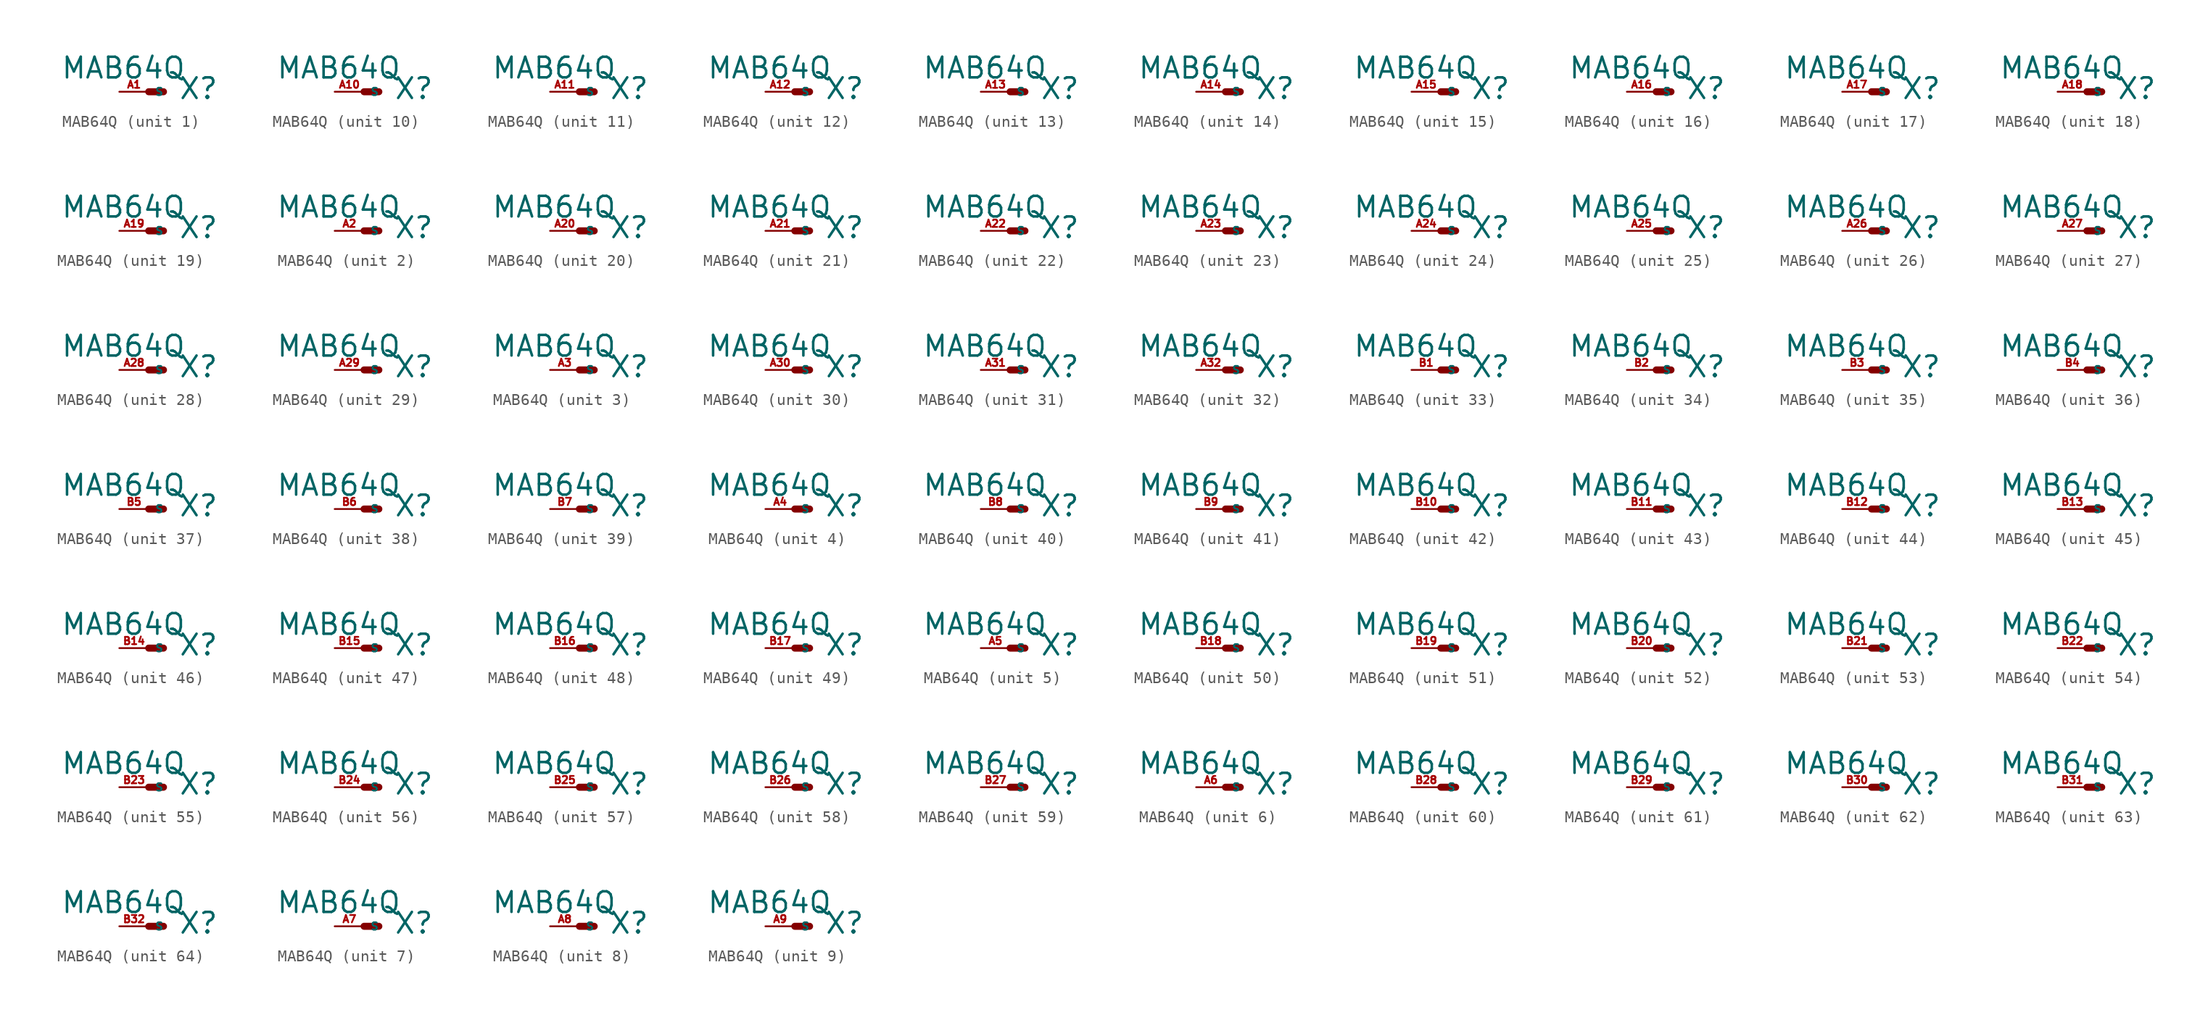
<source format=kicad_sym>
(kicad_symbol_lib
  (version 20220914)
  (generator Eagle2Kicad)
  (symbol "MAB64Q"
    (property "Reference" "X"
      (at 2.54 -0.762 0)
      (effects (font (size 1.778 1.778) (thickness 0.22)) (justify left bottom)))
    (property "Value" "MAB64Q"
      (at -7.62 1.016 0)
      (effects (font (size 1.778 1.778) (thickness 0.22)) (justify left bottom)))
    (symbol "MAB64Q_1_0"
      (polyline (pts (xy 0 0) (xy 1.27 0)) (stroke (width 0.61) (type default)) (fill (type none)))
      (pin passive line (at -2.54 0 0) (length 2.54) (name "S" (effects (font (size 0.635 0.635) (thickness 0.08)) (justify left bottom))) (number "A1" (effects (font (size 0.635 0.635) (thickness 0.08)) (justify left bottom)))))
    (symbol "MAB64Q_2_0"
      (polyline (pts (xy 0 0) (xy 1.27 0)) (stroke (width 0.61) (type default)) (fill (type none)))
      (pin passive line (at -2.54 0 0) (length 2.54) (name "S" (effects (font (size 0.635 0.635) (thickness 0.08)) (justify left bottom))) (number "A2" (effects (font (size 0.635 0.635) (thickness 0.08)) (justify left bottom)))))
    (symbol "MAB64Q_3_0"
      (polyline (pts (xy 0 0) (xy 1.27 0)) (stroke (width 0.61) (type default)) (fill (type none)))
      (pin passive line (at -2.54 0 0) (length 2.54) (name "S" (effects (font (size 0.635 0.635) (thickness 0.08)) (justify left bottom))) (number "A3" (effects (font (size 0.635 0.635) (thickness 0.08)) (justify left bottom)))))
    (symbol "MAB64Q_4_0"
      (polyline (pts (xy 0 0) (xy 1.27 0)) (stroke (width 0.61) (type default)) (fill (type none)))
      (pin passive line (at -2.54 0 0) (length 2.54) (name "S" (effects (font (size 0.635 0.635) (thickness 0.08)) (justify left bottom))) (number "A4" (effects (font (size 0.635 0.635) (thickness 0.08)) (justify left bottom)))))
    (symbol "MAB64Q_5_0"
      (polyline (pts (xy 0 0) (xy 1.27 0)) (stroke (width 0.61) (type default)) (fill (type none)))
      (pin passive line (at -2.54 0 0) (length 2.54) (name "S" (effects (font (size 0.635 0.635) (thickness 0.08)) (justify left bottom))) (number "A5" (effects (font (size 0.635 0.635) (thickness 0.08)) (justify left bottom)))))
    (symbol "MAB64Q_6_0"
      (polyline (pts (xy 0 0) (xy 1.27 0)) (stroke (width 0.61) (type default)) (fill (type none)))
      (pin passive line (at -2.54 0 0) (length 2.54) (name "S" (effects (font (size 0.635 0.635) (thickness 0.08)) (justify left bottom))) (number "A6" (effects (font (size 0.635 0.635) (thickness 0.08)) (justify left bottom)))))
    (symbol "MAB64Q_7_0"
      (polyline (pts (xy 0 0) (xy 1.27 0)) (stroke (width 0.61) (type default)) (fill (type none)))
      (pin passive line (at -2.54 0 0) (length 2.54) (name "S" (effects (font (size 0.635 0.635) (thickness 0.08)) (justify left bottom))) (number "A7" (effects (font (size 0.635 0.635) (thickness 0.08)) (justify left bottom)))))
    (symbol "MAB64Q_8_0"
      (polyline (pts (xy 0 0) (xy 1.27 0)) (stroke (width 0.61) (type default)) (fill (type none)))
      (pin passive line (at -2.54 0 0) (length 2.54) (name "S" (effects (font (size 0.635 0.635) (thickness 0.08)) (justify left bottom))) (number "A8" (effects (font (size 0.635 0.635) (thickness 0.08)) (justify left bottom)))))
    (symbol "MAB64Q_9_0"
      (polyline (pts (xy 0 0) (xy 1.27 0)) (stroke (width 0.61) (type default)) (fill (type none)))
      (pin passive line (at -2.54 0 0) (length 2.54) (name "S" (effects (font (size 0.635 0.635) (thickness 0.08)) (justify left bottom))) (number "A9" (effects (font (size 0.635 0.635) (thickness 0.08)) (justify left bottom)))))
    (symbol "MAB64Q_10_0"
      (polyline (pts (xy 0 0) (xy 1.27 0)) (stroke (width 0.61) (type default)) (fill (type none)))
      (pin passive line (at -2.54 0 0) (length 2.54) (name "S" (effects (font (size 0.635 0.635) (thickness 0.08)) (justify left bottom))) (number "A10" (effects (font (size 0.635 0.635) (thickness 0.08)) (justify left bottom)))))
    (symbol "MAB64Q_11_0"
      (polyline (pts (xy 0 0) (xy 1.27 0)) (stroke (width 0.61) (type default)) (fill (type none)))
      (pin passive line (at -2.54 0 0) (length 2.54) (name "S" (effects (font (size 0.635 0.635) (thickness 0.08)) (justify left bottom))) (number "A11" (effects (font (size 0.635 0.635) (thickness 0.08)) (justify left bottom)))))
    (symbol "MAB64Q_12_0"
      (polyline (pts (xy 0 0) (xy 1.27 0)) (stroke (width 0.61) (type default)) (fill (type none)))
      (pin passive line (at -2.54 0 0) (length 2.54) (name "S" (effects (font (size 0.635 0.635) (thickness 0.08)) (justify left bottom))) (number "A12" (effects (font (size 0.635 0.635) (thickness 0.08)) (justify left bottom)))))
    (symbol "MAB64Q_13_0"
      (polyline (pts (xy 0 0) (xy 1.27 0)) (stroke (width 0.61) (type default)) (fill (type none)))
      (pin passive line (at -2.54 0 0) (length 2.54) (name "S" (effects (font (size 0.635 0.635) (thickness 0.08)) (justify left bottom))) (number "A13" (effects (font (size 0.635 0.635) (thickness 0.08)) (justify left bottom)))))
    (symbol "MAB64Q_14_0"
      (polyline (pts (xy 0 0) (xy 1.27 0)) (stroke (width 0.61) (type default)) (fill (type none)))
      (pin passive line (at -2.54 0 0) (length 2.54) (name "S" (effects (font (size 0.635 0.635) (thickness 0.08)) (justify left bottom))) (number "A14" (effects (font (size 0.635 0.635) (thickness 0.08)) (justify left bottom)))))
    (symbol "MAB64Q_15_0"
      (polyline (pts (xy 0 0) (xy 1.27 0)) (stroke (width 0.61) (type default)) (fill (type none)))
      (pin passive line (at -2.54 0 0) (length 2.54) (name "S" (effects (font (size 0.635 0.635) (thickness 0.08)) (justify left bottom))) (number "A15" (effects (font (size 0.635 0.635) (thickness 0.08)) (justify left bottom)))))
    (symbol "MAB64Q_16_0"
      (polyline (pts (xy 0 0) (xy 1.27 0)) (stroke (width 0.61) (type default)) (fill (type none)))
      (pin passive line (at -2.54 0 0) (length 2.54) (name "S" (effects (font (size 0.635 0.635) (thickness 0.08)) (justify left bottom))) (number "A16" (effects (font (size 0.635 0.635) (thickness 0.08)) (justify left bottom)))))
    (symbol "MAB64Q_17_0"
      (polyline (pts (xy 0 0) (xy 1.27 0)) (stroke (width 0.61) (type default)) (fill (type none)))
      (pin passive line (at -2.54 0 0) (length 2.54) (name "S" (effects (font (size 0.635 0.635) (thickness 0.08)) (justify left bottom))) (number "A17" (effects (font (size 0.635 0.635) (thickness 0.08)) (justify left bottom)))))
    (symbol "MAB64Q_18_0"
      (polyline (pts (xy 0 0) (xy 1.27 0)) (stroke (width 0.61) (type default)) (fill (type none)))
      (pin passive line (at -2.54 0 0) (length 2.54) (name "S" (effects (font (size 0.635 0.635) (thickness 0.08)) (justify left bottom))) (number "A18" (effects (font (size 0.635 0.635) (thickness 0.08)) (justify left bottom)))))
    (symbol "MAB64Q_19_0"
      (polyline (pts (xy 0 0) (xy 1.27 0)) (stroke (width 0.61) (type default)) (fill (type none)))
      (pin passive line (at -2.54 0 0) (length 2.54) (name "S" (effects (font (size 0.635 0.635) (thickness 0.08)) (justify left bottom))) (number "A19" (effects (font (size 0.635 0.635) (thickness 0.08)) (justify left bottom)))))
    (symbol "MAB64Q_20_0"
      (polyline (pts (xy 0 0) (xy 1.27 0)) (stroke (width 0.61) (type default)) (fill (type none)))
      (pin passive line (at -2.54 0 0) (length 2.54) (name "S" (effects (font (size 0.635 0.635) (thickness 0.08)) (justify left bottom))) (number "A20" (effects (font (size 0.635 0.635) (thickness 0.08)) (justify left bottom)))))
    (symbol "MAB64Q_21_0"
      (polyline (pts (xy 0 0) (xy 1.27 0)) (stroke (width 0.61) (type default)) (fill (type none)))
      (pin passive line (at -2.54 0 0) (length 2.54) (name "S" (effects (font (size 0.635 0.635) (thickness 0.08)) (justify left bottom))) (number "A21" (effects (font (size 0.635 0.635) (thickness 0.08)) (justify left bottom)))))
    (symbol "MAB64Q_22_0"
      (polyline (pts (xy 0 0) (xy 1.27 0)) (stroke (width 0.61) (type default)) (fill (type none)))
      (pin passive line (at -2.54 0 0) (length 2.54) (name "S" (effects (font (size 0.635 0.635) (thickness 0.08)) (justify left bottom))) (number "A22" (effects (font (size 0.635 0.635) (thickness 0.08)) (justify left bottom)))))
    (symbol "MAB64Q_23_0"
      (polyline (pts (xy 0 0) (xy 1.27 0)) (stroke (width 0.61) (type default)) (fill (type none)))
      (pin passive line (at -2.54 0 0) (length 2.54) (name "S" (effects (font (size 0.635 0.635) (thickness 0.08)) (justify left bottom))) (number "A23" (effects (font (size 0.635 0.635) (thickness 0.08)) (justify left bottom)))))
    (symbol "MAB64Q_24_0"
      (polyline (pts (xy 0 0) (xy 1.27 0)) (stroke (width 0.61) (type default)) (fill (type none)))
      (pin passive line (at -2.54 0 0) (length 2.54) (name "S" (effects (font (size 0.635 0.635) (thickness 0.08)) (justify left bottom))) (number "A24" (effects (font (size 0.635 0.635) (thickness 0.08)) (justify left bottom)))))
    (symbol "MAB64Q_25_0"
      (polyline (pts (xy 0 0) (xy 1.27 0)) (stroke (width 0.61) (type default)) (fill (type none)))
      (pin passive line (at -2.54 0 0) (length 2.54) (name "S" (effects (font (size 0.635 0.635) (thickness 0.08)) (justify left bottom))) (number "A25" (effects (font (size 0.635 0.635) (thickness 0.08)) (justify left bottom)))))
    (symbol "MAB64Q_26_0"
      (polyline (pts (xy 0 0) (xy 1.27 0)) (stroke (width 0.61) (type default)) (fill (type none)))
      (pin passive line (at -2.54 0 0) (length 2.54) (name "S" (effects (font (size 0.635 0.635) (thickness 0.08)) (justify left bottom))) (number "A26" (effects (font (size 0.635 0.635) (thickness 0.08)) (justify left bottom)))))
    (symbol "MAB64Q_27_0"
      (polyline (pts (xy 0 0) (xy 1.27 0)) (stroke (width 0.61) (type default)) (fill (type none)))
      (pin passive line (at -2.54 0 0) (length 2.54) (name "S" (effects (font (size 0.635 0.635) (thickness 0.08)) (justify left bottom))) (number "A27" (effects (font (size 0.635 0.635) (thickness 0.08)) (justify left bottom)))))
    (symbol "MAB64Q_28_0"
      (polyline (pts (xy 0 0) (xy 1.27 0)) (stroke (width 0.61) (type default)) (fill (type none)))
      (pin passive line (at -2.54 0 0) (length 2.54) (name "S" (effects (font (size 0.635 0.635) (thickness 0.08)) (justify left bottom))) (number "A28" (effects (font (size 0.635 0.635) (thickness 0.08)) (justify left bottom)))))
    (symbol "MAB64Q_29_0"
      (polyline (pts (xy 0 0) (xy 1.27 0)) (stroke (width 0.61) (type default)) (fill (type none)))
      (pin passive line (at -2.54 0 0) (length 2.54) (name "S" (effects (font (size 0.635 0.635) (thickness 0.08)) (justify left bottom))) (number "A29" (effects (font (size 0.635 0.635) (thickness 0.08)) (justify left bottom)))))
    (symbol "MAB64Q_30_0"
      (polyline (pts (xy 0 0) (xy 1.27 0)) (stroke (width 0.61) (type default)) (fill (type none)))
      (pin passive line (at -2.54 0 0) (length 2.54) (name "S" (effects (font (size 0.635 0.635) (thickness 0.08)) (justify left bottom))) (number "A30" (effects (font (size 0.635 0.635) (thickness 0.08)) (justify left bottom)))))
    (symbol "MAB64Q_31_0"
      (polyline (pts (xy 0 0) (xy 1.27 0)) (stroke (width 0.61) (type default)) (fill (type none)))
      (pin passive line (at -2.54 0 0) (length 2.54) (name "S" (effects (font (size 0.635 0.635) (thickness 0.08)) (justify left bottom))) (number "A31" (effects (font (size 0.635 0.635) (thickness 0.08)) (justify left bottom)))))
    (symbol "MAB64Q_32_0"
      (polyline (pts (xy 0 0) (xy 1.27 0)) (stroke (width 0.61) (type default)) (fill (type none)))
      (pin passive line (at -2.54 0 0) (length 2.54) (name "S" (effects (font (size 0.635 0.635) (thickness 0.08)) (justify left bottom))) (number "A32" (effects (font (size 0.635 0.635) (thickness 0.08)) (justify left bottom)))))
    (symbol "MAB64Q_33_0"
      (polyline (pts (xy 0 0) (xy 1.27 0)) (stroke (width 0.61) (type default)) (fill (type none)))
      (pin passive line (at -2.54 0 0) (length 2.54) (name "S" (effects (font (size 0.635 0.635) (thickness 0.08)) (justify left bottom))) (number "B1" (effects (font (size 0.635 0.635) (thickness 0.08)) (justify left bottom)))))
    (symbol "MAB64Q_34_0"
      (polyline (pts (xy 0 0) (xy 1.27 0)) (stroke (width 0.61) (type default)) (fill (type none)))
      (pin passive line (at -2.54 0 0) (length 2.54) (name "S" (effects (font (size 0.635 0.635) (thickness 0.08)) (justify left bottom))) (number "B2" (effects (font (size 0.635 0.635) (thickness 0.08)) (justify left bottom)))))
    (symbol "MAB64Q_35_0"
      (polyline (pts (xy 0 0) (xy 1.27 0)) (stroke (width 0.61) (type default)) (fill (type none)))
      (pin passive line (at -2.54 0 0) (length 2.54) (name "S" (effects (font (size 0.635 0.635) (thickness 0.08)) (justify left bottom))) (number "B3" (effects (font (size 0.635 0.635) (thickness 0.08)) (justify left bottom)))))
    (symbol "MAB64Q_36_0"
      (polyline (pts (xy 0 0) (xy 1.27 0)) (stroke (width 0.61) (type default)) (fill (type none)))
      (pin passive line (at -2.54 0 0) (length 2.54) (name "S" (effects (font (size 0.635 0.635) (thickness 0.08)) (justify left bottom))) (number "B4" (effects (font (size 0.635 0.635) (thickness 0.08)) (justify left bottom)))))
    (symbol "MAB64Q_37_0"
      (polyline (pts (xy 0 0) (xy 1.27 0)) (stroke (width 0.61) (type default)) (fill (type none)))
      (pin passive line (at -2.54 0 0) (length 2.54) (name "S" (effects (font (size 0.635 0.635) (thickness 0.08)) (justify left bottom))) (number "B5" (effects (font (size 0.635 0.635) (thickness 0.08)) (justify left bottom)))))
    (symbol "MAB64Q_38_0"
      (polyline (pts (xy 0 0) (xy 1.27 0)) (stroke (width 0.61) (type default)) (fill (type none)))
      (pin passive line (at -2.54 0 0) (length 2.54) (name "S" (effects (font (size 0.635 0.635) (thickness 0.08)) (justify left bottom))) (number "B6" (effects (font (size 0.635 0.635) (thickness 0.08)) (justify left bottom)))))
    (symbol "MAB64Q_39_0"
      (polyline (pts (xy 0 0) (xy 1.27 0)) (stroke (width 0.61) (type default)) (fill (type none)))
      (pin passive line (at -2.54 0 0) (length 2.54) (name "S" (effects (font (size 0.635 0.635) (thickness 0.08)) (justify left bottom))) (number "B7" (effects (font (size 0.635 0.635) (thickness 0.08)) (justify left bottom)))))
    (symbol "MAB64Q_40_0"
      (polyline (pts (xy 0 0) (xy 1.27 0)) (stroke (width 0.61) (type default)) (fill (type none)))
      (pin passive line (at -2.54 0 0) (length 2.54) (name "S" (effects (font (size 0.635 0.635) (thickness 0.08)) (justify left bottom))) (number "B8" (effects (font (size 0.635 0.635) (thickness 0.08)) (justify left bottom)))))
    (symbol "MAB64Q_41_0"
      (polyline (pts (xy 0 0) (xy 1.27 0)) (stroke (width 0.61) (type default)) (fill (type none)))
      (pin passive line (at -2.54 0 0) (length 2.54) (name "S" (effects (font (size 0.635 0.635) (thickness 0.08)) (justify left bottom))) (number "B9" (effects (font (size 0.635 0.635) (thickness 0.08)) (justify left bottom)))))
    (symbol "MAB64Q_42_0"
      (polyline (pts (xy 0 0) (xy 1.27 0)) (stroke (width 0.61) (type default)) (fill (type none)))
      (pin passive line (at -2.54 0 0) (length 2.54) (name "S" (effects (font (size 0.635 0.635) (thickness 0.08)) (justify left bottom))) (number "B10" (effects (font (size 0.635 0.635) (thickness 0.08)) (justify left bottom)))))
    (symbol "MAB64Q_43_0"
      (polyline (pts (xy 0 0) (xy 1.27 0)) (stroke (width 0.61) (type default)) (fill (type none)))
      (pin passive line (at -2.54 0 0) (length 2.54) (name "S" (effects (font (size 0.635 0.635) (thickness 0.08)) (justify left bottom))) (number "B11" (effects (font (size 0.635 0.635) (thickness 0.08)) (justify left bottom)))))
    (symbol "MAB64Q_44_0"
      (polyline (pts (xy 0 0) (xy 1.27 0)) (stroke (width 0.61) (type default)) (fill (type none)))
      (pin passive line (at -2.54 0 0) (length 2.54) (name "S" (effects (font (size 0.635 0.635) (thickness 0.08)) (justify left bottom))) (number "B12" (effects (font (size 0.635 0.635) (thickness 0.08)) (justify left bottom)))))
    (symbol "MAB64Q_45_0"
      (polyline (pts (xy 0 0) (xy 1.27 0)) (stroke (width 0.61) (type default)) (fill (type none)))
      (pin passive line (at -2.54 0 0) (length 2.54) (name "S" (effects (font (size 0.635 0.635) (thickness 0.08)) (justify left bottom))) (number "B13" (effects (font (size 0.635 0.635) (thickness 0.08)) (justify left bottom)))))
    (symbol "MAB64Q_46_0"
      (polyline (pts (xy 0 0) (xy 1.27 0)) (stroke (width 0.61) (type default)) (fill (type none)))
      (pin passive line (at -2.54 0 0) (length 2.54) (name "S" (effects (font (size 0.635 0.635) (thickness 0.08)) (justify left bottom))) (number "B14" (effects (font (size 0.635 0.635) (thickness 0.08)) (justify left bottom)))))
    (symbol "MAB64Q_47_0"
      (polyline (pts (xy 0 0) (xy 1.27 0)) (stroke (width 0.61) (type default)) (fill (type none)))
      (pin passive line (at -2.54 0 0) (length 2.54) (name "S" (effects (font (size 0.635 0.635) (thickness 0.08)) (justify left bottom))) (number "B15" (effects (font (size 0.635 0.635) (thickness 0.08)) (justify left bottom)))))
    (symbol "MAB64Q_48_0"
      (polyline (pts (xy 0 0) (xy 1.27 0)) (stroke (width 0.61) (type default)) (fill (type none)))
      (pin passive line (at -2.54 0 0) (length 2.54) (name "S" (effects (font (size 0.635 0.635) (thickness 0.08)) (justify left bottom))) (number "B16" (effects (font (size 0.635 0.635) (thickness 0.08)) (justify left bottom)))))
    (symbol "MAB64Q_49_0"
      (polyline (pts (xy 0 0) (xy 1.27 0)) (stroke (width 0.61) (type default)) (fill (type none)))
      (pin passive line (at -2.54 0 0) (length 2.54) (name "S" (effects (font (size 0.635 0.635) (thickness 0.08)) (justify left bottom))) (number "B17" (effects (font (size 0.635 0.635) (thickness 0.08)) (justify left bottom)))))
    (symbol "MAB64Q_50_0"
      (polyline (pts (xy 0 0) (xy 1.27 0)) (stroke (width 0.61) (type default)) (fill (type none)))
      (pin passive line (at -2.54 0 0) (length 2.54) (name "S" (effects (font (size 0.635 0.635) (thickness 0.08)) (justify left bottom))) (number "B18" (effects (font (size 0.635 0.635) (thickness 0.08)) (justify left bottom)))))
    (symbol "MAB64Q_51_0"
      (polyline (pts (xy 0 0) (xy 1.27 0)) (stroke (width 0.61) (type default)) (fill (type none)))
      (pin passive line (at -2.54 0 0) (length 2.54) (name "S" (effects (font (size 0.635 0.635) (thickness 0.08)) (justify left bottom))) (number "B19" (effects (font (size 0.635 0.635) (thickness 0.08)) (justify left bottom)))))
    (symbol "MAB64Q_52_0"
      (polyline (pts (xy 0 0) (xy 1.27 0)) (stroke (width 0.61) (type default)) (fill (type none)))
      (pin passive line (at -2.54 0 0) (length 2.54) (name "S" (effects (font (size 0.635 0.635) (thickness 0.08)) (justify left bottom))) (number "B20" (effects (font (size 0.635 0.635) (thickness 0.08)) (justify left bottom)))))
    (symbol "MAB64Q_53_0"
      (polyline (pts (xy 0 0) (xy 1.27 0)) (stroke (width 0.61) (type default)) (fill (type none)))
      (pin passive line (at -2.54 0 0) (length 2.54) (name "S" (effects (font (size 0.635 0.635) (thickness 0.08)) (justify left bottom))) (number "B21" (effects (font (size 0.635 0.635) (thickness 0.08)) (justify left bottom)))))
    (symbol "MAB64Q_54_0"
      (polyline (pts (xy 0 0) (xy 1.27 0)) (stroke (width 0.61) (type default)) (fill (type none)))
      (pin passive line (at -2.54 0 0) (length 2.54) (name "S" (effects (font (size 0.635 0.635) (thickness 0.08)) (justify left bottom))) (number "B22" (effects (font (size 0.635 0.635) (thickness 0.08)) (justify left bottom)))))
    (symbol "MAB64Q_55_0"
      (polyline (pts (xy 0 0) (xy 1.27 0)) (stroke (width 0.61) (type default)) (fill (type none)))
      (pin passive line (at -2.54 0 0) (length 2.54) (name "S" (effects (font (size 0.635 0.635) (thickness 0.08)) (justify left bottom))) (number "B23" (effects (font (size 0.635 0.635) (thickness 0.08)) (justify left bottom)))))
    (symbol "MAB64Q_56_0"
      (polyline (pts (xy 0 0) (xy 1.27 0)) (stroke (width 0.61) (type default)) (fill (type none)))
      (pin passive line (at -2.54 0 0) (length 2.54) (name "S" (effects (font (size 0.635 0.635) (thickness 0.08)) (justify left bottom))) (number "B24" (effects (font (size 0.635 0.635) (thickness 0.08)) (justify left bottom)))))
    (symbol "MAB64Q_57_0"
      (polyline (pts (xy 0 0) (xy 1.27 0)) (stroke (width 0.61) (type default)) (fill (type none)))
      (pin passive line (at -2.54 0 0) (length 2.54) (name "S" (effects (font (size 0.635 0.635) (thickness 0.08)) (justify left bottom))) (number "B25" (effects (font (size 0.635 0.635) (thickness 0.08)) (justify left bottom)))))
    (symbol "MAB64Q_58_0"
      (polyline (pts (xy 0 0) (xy 1.27 0)) (stroke (width 0.61) (type default)) (fill (type none)))
      (pin passive line (at -2.54 0 0) (length 2.54) (name "S" (effects (font (size 0.635 0.635) (thickness 0.08)) (justify left bottom))) (number "B26" (effects (font (size 0.635 0.635) (thickness 0.08)) (justify left bottom)))))
    (symbol "MAB64Q_59_0"
      (polyline (pts (xy 0 0) (xy 1.27 0)) (stroke (width 0.61) (type default)) (fill (type none)))
      (pin passive line (at -2.54 0 0) (length 2.54) (name "S" (effects (font (size 0.635 0.635) (thickness 0.08)) (justify left bottom))) (number "B27" (effects (font (size 0.635 0.635) (thickness 0.08)) (justify left bottom)))))
    (symbol "MAB64Q_60_0"
      (polyline (pts (xy 0 0) (xy 1.27 0)) (stroke (width 0.61) (type default)) (fill (type none)))
      (pin passive line (at -2.54 0 0) (length 2.54) (name "S" (effects (font (size 0.635 0.635) (thickness 0.08)) (justify left bottom))) (number "B28" (effects (font (size 0.635 0.635) (thickness 0.08)) (justify left bottom)))))
    (symbol "MAB64Q_61_0"
      (polyline (pts (xy 0 0) (xy 1.27 0)) (stroke (width 0.61) (type default)) (fill (type none)))
      (pin passive line (at -2.54 0 0) (length 2.54) (name "S" (effects (font (size 0.635 0.635) (thickness 0.08)) (justify left bottom))) (number "B29" (effects (font (size 0.635 0.635) (thickness 0.08)) (justify left bottom)))))
    (symbol "MAB64Q_62_0"
      (polyline (pts (xy 0 0) (xy 1.27 0)) (stroke (width 0.61) (type default)) (fill (type none)))
      (pin passive line (at -2.54 0 0) (length 2.54) (name "S" (effects (font (size 0.635 0.635) (thickness 0.08)) (justify left bottom))) (number "B30" (effects (font (size 0.635 0.635) (thickness 0.08)) (justify left bottom)))))
    (symbol "MAB64Q_63_0"
      (polyline (pts (xy 0 0) (xy 1.27 0)) (stroke (width 0.61) (type default)) (fill (type none)))
      (pin passive line (at -2.54 0 0) (length 2.54) (name "S" (effects (font (size 0.635 0.635) (thickness 0.08)) (justify left bottom))) (number "B31" (effects (font (size 0.635 0.635) (thickness 0.08)) (justify left bottom)))))
    (symbol "MAB64Q_64_0"
      (polyline (pts (xy 0 0) (xy 1.27 0)) (stroke (width 0.61) (type default)) (fill (type none)))
      (pin passive line (at -2.54 0 0) (length 2.54) (name "S" (effects (font (size 0.635 0.635) (thickness 0.08)) (justify left bottom))) (number "B32" (effects (font (size 0.635 0.635) (thickness 0.08)) (justify left bottom)))))))
</source>
